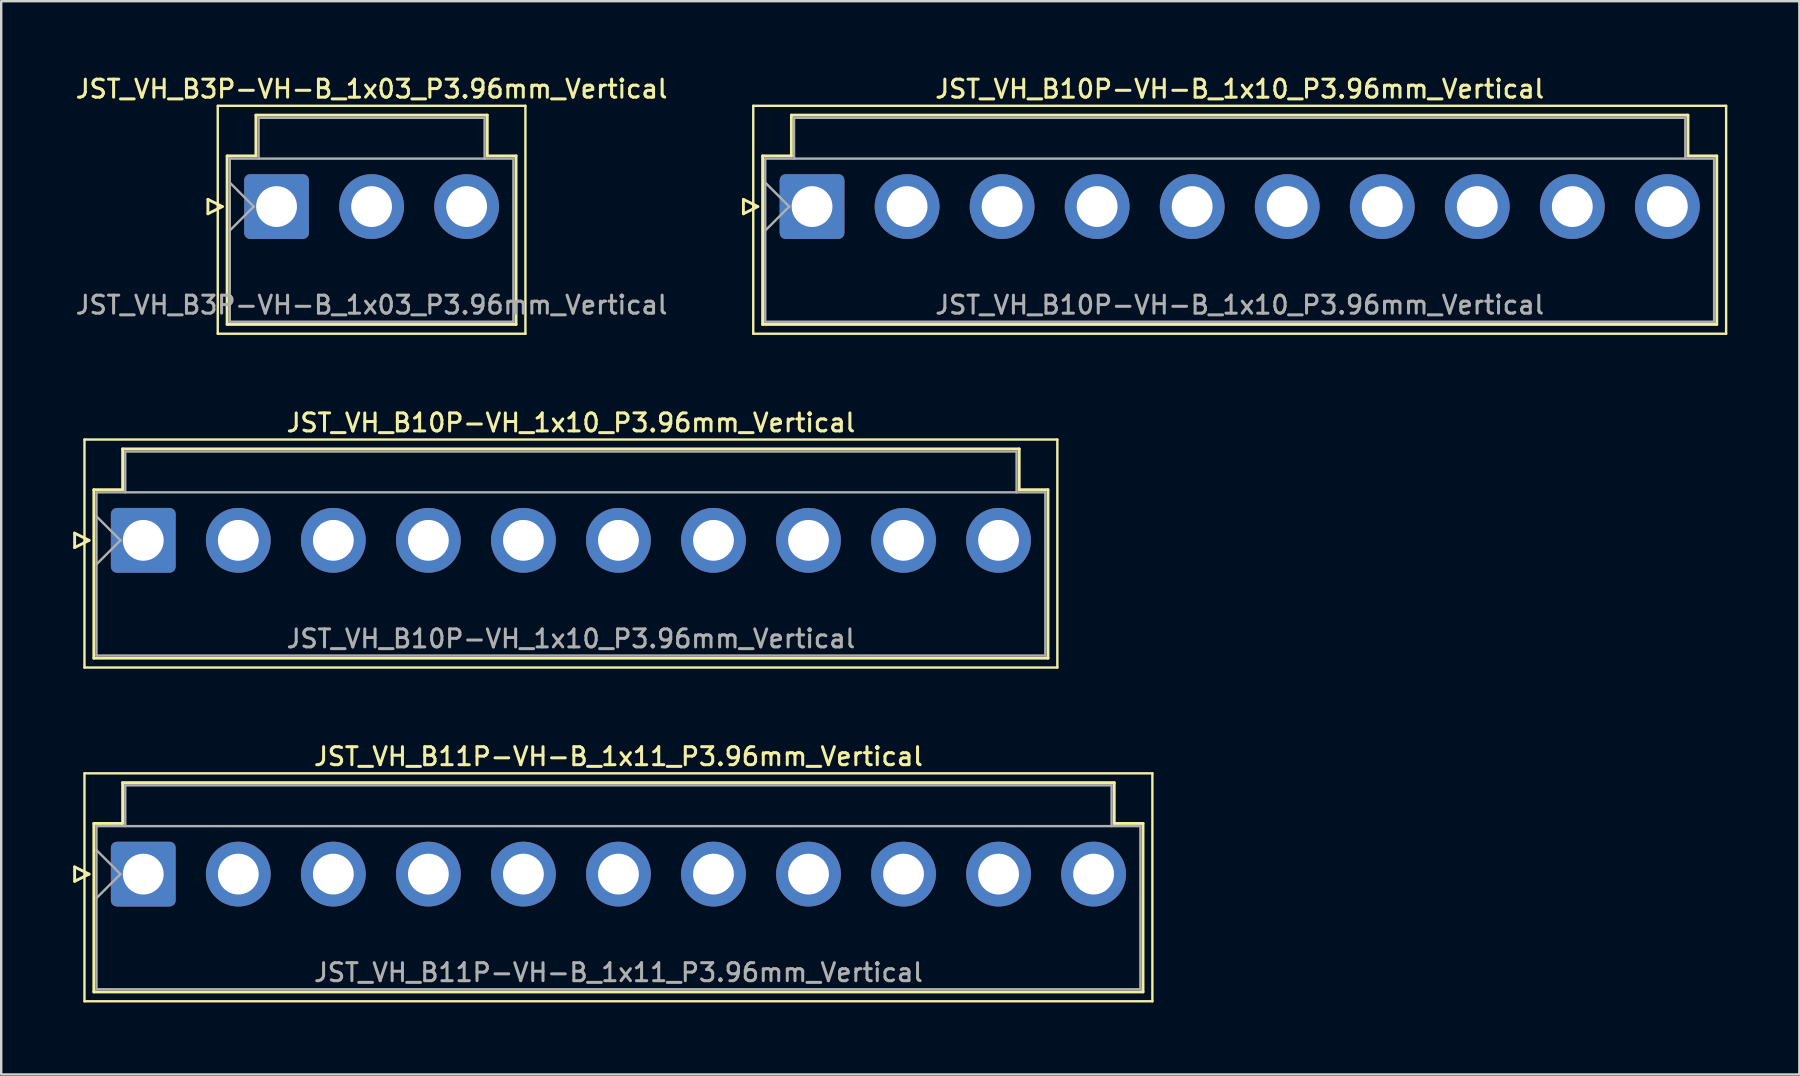
<source format=kicad_pcb>
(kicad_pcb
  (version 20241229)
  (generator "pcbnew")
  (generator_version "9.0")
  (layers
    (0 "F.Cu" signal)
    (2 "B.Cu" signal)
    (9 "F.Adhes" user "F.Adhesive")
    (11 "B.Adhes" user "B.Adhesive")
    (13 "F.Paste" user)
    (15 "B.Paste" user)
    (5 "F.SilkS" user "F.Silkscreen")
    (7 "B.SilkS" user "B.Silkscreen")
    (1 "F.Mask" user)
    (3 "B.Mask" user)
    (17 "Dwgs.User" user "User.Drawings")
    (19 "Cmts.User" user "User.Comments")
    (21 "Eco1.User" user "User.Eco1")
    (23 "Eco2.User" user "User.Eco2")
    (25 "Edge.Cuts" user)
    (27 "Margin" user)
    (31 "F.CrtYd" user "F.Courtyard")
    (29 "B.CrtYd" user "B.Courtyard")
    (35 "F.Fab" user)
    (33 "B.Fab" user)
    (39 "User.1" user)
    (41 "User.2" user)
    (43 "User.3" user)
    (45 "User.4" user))
  (footprint "JST_VH_B11P-VH-B_1x11_P3.96mm_Vertical"
    (layer "F.Cu")
    (at 2.92 33.374)
    (property "Reference" "JST_VH_B11P-VH-B_1x11_P3.96mm_Vertical" (at 19.8 -4.9 0) (layer "F.SilkS") (effects (font (size 0.75 0.75) (thickness 0.125))))
    (attr through_hole)
    (fp_line (start -2.86 -0.3) (end -2.26 0) (stroke (width 0.12) (type solid)) (layer "F.SilkS"))
    (fp_line (start -2.86 0.3) (end -2.86 -0.3) (stroke (width 0.12) (type solid)) (layer "F.SilkS"))
    (fp_line (start -2.45 -4.2) (end -2.45 5.3) (stroke (width 0.1) (type solid)) (layer "F.SilkS"))
    (fp_line (start -2.45 5.3) (end 42.05 5.3) (stroke (width 0.1) (type solid)) (layer "F.SilkS"))
    (fp_line (start -2.26 0) (end -2.86 0.3) (stroke (width 0.12) (type solid)) (layer "F.SilkS"))
    (fp_line (start -2.06 -2.11) (end -0.86 -2.11) (stroke (width 0.12) (type solid)) (layer "F.SilkS"))
    (fp_line (start -2.06 4.91) (end -2.06 -2.11) (stroke (width 0.12) (type solid)) (layer "F.SilkS"))
    (fp_line (start -0.86 -3.81) (end 40.46 -3.81) (stroke (width 0.12) (type solid)) (layer "F.SilkS"))
    (fp_line (start -0.86 -2.11) (end -0.86 -3.81) (stroke (width 0.12) (type solid)) (layer "F.SilkS"))
    (fp_line (start 40.46 -3.81) (end 40.46 -2.11) (stroke (width 0.12) (type solid)) (layer "F.SilkS"))
    (fp_line (start 40.46 -2.11) (end 41.66 -2.11) (stroke (width 0.12) (type solid)) (layer "F.SilkS"))
    (fp_line (start 41.66 -2.11) (end 41.66 4.91) (stroke (width 0.12) (type solid)) (layer "F.SilkS"))
    (fp_line (start 41.66 4.91) (end -2.06 4.91) (stroke (width 0.12) (type solid)) (layer "F.SilkS"))
    (fp_line (start 42.05 -4.2) (end -2.45 -4.2) (stroke (width 0.1) (type solid)) (layer "F.SilkS"))
    (fp_line (start 42.05 5.3) (end 42.05 -4.2) (stroke (width 0.1) (type solid)) (layer "F.SilkS"))
    (fp_line (start -1.95 -2) (end -1.95 4.8) (stroke (width 0.1) (type solid)) (layer "F.Fab"))
    (fp_line (start -1.95 -1) (end -0.95 0) (stroke (width 0.1) (type solid)) (layer "F.Fab"))
    (fp_line (start -1.95 1) (end -0.95 0) (stroke (width 0.1) (type solid)) (layer "F.Fab"))
    (fp_line (start -1.95 4.8) (end 41.55 4.8) (stroke (width 0.1) (type solid)) (layer "F.Fab"))
    (fp_line (start -0.75 -3.7) (end 40.35 -3.7) (stroke (width 0.1) (type solid)) (layer "F.Fab"))
    (fp_line (start -0.75 -2) (end -0.75 -3.7) (stroke (width 0.1) (type solid)) (layer "F.Fab"))
    (fp_line (start 40.35 -3.7) (end 40.35 -2) (stroke (width 0.1) (type solid)) (layer "F.Fab"))
    (fp_line (start 41.55 -2) (end -1.95 -2) (stroke (width 0.1) (type solid)) (layer "F.Fab"))
    (fp_line (start 41.55 4.8) (end 41.55 -2) (stroke (width 0.1) (type solid)) (layer "F.Fab"))
    (fp_text user "${REFERENCE}" (at 19.8 4.1 0) (layer "F.Fab") (effects (font (size 0.75 0.75) (thickness 0.125))))
    (pad "1" thru_hole roundrect (at 0 0) (size 2.7 2.7) (drill 1.7) (layers "*.Cu" "*.Mask") (roundrect_rratio 0.093))
    (pad "2" thru_hole circle (at 3.96 0) (size 2.7 2.7) (drill 1.7) (layers "*.Cu" "*.Mask"))
    (pad "3" thru_hole circle (at 7.92 0) (size 2.7 2.7) (drill 1.7) (layers "*.Cu" "*.Mask"))
    (pad "4" thru_hole circle (at 11.88 0) (size 2.7 2.7) (drill 1.7) (layers "*.Cu" "*.Mask"))
    (pad "5" thru_hole circle (at 15.84 0) (size 2.7 2.7) (drill 1.7) (layers "*.Cu" "*.Mask"))
    (pad "6" thru_hole circle (at 19.8 0) (size 2.7 2.7) (drill 1.7) (layers "*.Cu" "*.Mask"))
    (pad "7" thru_hole circle (at 23.76 0) (size 2.7 2.7) (drill 1.7) (layers "*.Cu" "*.Mask"))
    (pad "8" thru_hole circle (at 27.72 0) (size 2.7 2.7) (drill 1.7) (layers "*.Cu" "*.Mask"))
    (pad "9" thru_hole circle (at 31.68 0) (size 2.7 2.7) (drill 1.7) (layers "*.Cu" "*.Mask"))
    (pad "10" thru_hole circle (at 35.64 0) (size 2.7 2.7) (drill 1.7) (layers "*.Cu" "*.Mask"))
    (pad "11" thru_hole circle (at 39.6 0) (size 2.7 2.7) (drill 1.7) (layers "*.Cu" "*.Mask")))
  (footprint "JST_VH_B10P-VH_1x10_P3.96mm_Vertical"
    (layer "F.Cu")
    (at 2.92 19.466)
    (property "Reference" "JST_VH_B10P-VH_1x10_P3.96mm_Vertical" (at 17.82 -4.9 0) (layer "F.SilkS") (effects (font (size 0.75 0.75) (thickness 0.125))))
    (attr through_hole)
    (fp_line (start -2.86 -0.3) (end -2.26 0) (stroke (width 0.12) (type solid)) (layer "F.SilkS"))
    (fp_line (start -2.86 0.3) (end -2.86 -0.3) (stroke (width 0.12) (type solid)) (layer "F.SilkS"))
    (fp_line (start -2.45 -4.2) (end -2.45 5.3) (stroke (width 0.1) (type solid)) (layer "F.SilkS"))
    (fp_line (start -2.45 5.3) (end 38.09 5.3) (stroke (width 0.1) (type solid)) (layer "F.SilkS"))
    (fp_line (start -2.26 0) (end -2.86 0.3) (stroke (width 0.12) (type solid)) (layer "F.SilkS"))
    (fp_line (start -2.06 -2.11) (end -0.86 -2.11) (stroke (width 0.12) (type solid)) (layer "F.SilkS"))
    (fp_line (start -2.06 4.91) (end -2.06 -2.11) (stroke (width 0.12) (type solid)) (layer "F.SilkS"))
    (fp_line (start -0.86 -3.81) (end 36.5 -3.81) (stroke (width 0.12) (type solid)) (layer "F.SilkS"))
    (fp_line (start -0.86 -2.11) (end -0.86 -3.81) (stroke (width 0.12) (type solid)) (layer "F.SilkS"))
    (fp_line (start 36.5 -3.81) (end 36.5 -2.11) (stroke (width 0.12) (type solid)) (layer "F.SilkS"))
    (fp_line (start 36.5 -2.11) (end 37.7 -2.11) (stroke (width 0.12) (type solid)) (layer "F.SilkS"))
    (fp_line (start 37.7 -2.11) (end 37.7 4.91) (stroke (width 0.12) (type solid)) (layer "F.SilkS"))
    (fp_line (start 37.7 4.91) (end -2.06 4.91) (stroke (width 0.12) (type solid)) (layer "F.SilkS"))
    (fp_line (start 38.09 -4.2) (end -2.45 -4.2) (stroke (width 0.1) (type solid)) (layer "F.SilkS"))
    (fp_line (start 38.09 5.3) (end 38.09 -4.2) (stroke (width 0.1) (type solid)) (layer "F.SilkS"))
    (fp_line (start -1.95 -2) (end -1.95 4.8) (stroke (width 0.1) (type solid)) (layer "F.Fab"))
    (fp_line (start -1.95 -1) (end -0.95 0) (stroke (width 0.1) (type solid)) (layer "F.Fab"))
    (fp_line (start -1.95 1) (end -0.95 0) (stroke (width 0.1) (type solid)) (layer "F.Fab"))
    (fp_line (start -1.95 4.8) (end 37.59 4.8) (stroke (width 0.1) (type solid)) (layer "F.Fab"))
    (fp_line (start -0.75 -3.7) (end 36.39 -3.7) (stroke (width 0.1) (type solid)) (layer "F.Fab"))
    (fp_line (start -0.75 -2) (end -0.75 -3.7) (stroke (width 0.1) (type solid)) (layer "F.Fab"))
    (fp_line (start 36.39 -3.7) (end 36.39 -2) (stroke (width 0.1) (type solid)) (layer "F.Fab"))
    (fp_line (start 37.59 -2) (end -1.95 -2) (stroke (width 0.1) (type solid)) (layer "F.Fab"))
    (fp_line (start 37.59 4.8) (end 37.59 -2) (stroke (width 0.1) (type solid)) (layer "F.Fab"))
    (fp_text user "${REFERENCE}" (at 17.82 4.1 0) (layer "F.Fab") (effects (font (size 0.75 0.75) (thickness 0.125))))
    (pad "1" thru_hole roundrect (at 0 0) (size 2.7 2.7) (drill 1.7) (layers "*.Cu" "*.Mask") (roundrect_rratio 0.093))
    (pad "2" thru_hole circle (at 3.96 0) (size 2.7 2.7) (drill 1.7) (layers "*.Cu" "*.Mask"))
    (pad "3" thru_hole circle (at 7.92 0) (size 2.7 2.7) (drill 1.7) (layers "*.Cu" "*.Mask"))
    (pad "4" thru_hole circle (at 11.88 0) (size 2.7 2.7) (drill 1.7) (layers "*.Cu" "*.Mask"))
    (pad "5" thru_hole circle (at 15.84 0) (size 2.7 2.7) (drill 1.7) (layers "*.Cu" "*.Mask"))
    (pad "6" thru_hole circle (at 19.8 0) (size 2.7 2.7) (drill 1.7) (layers "*.Cu" "*.Mask"))
    (pad "7" thru_hole circle (at 23.76 0) (size 2.7 2.7) (drill 1.7) (layers "*.Cu" "*.Mask"))
    (pad "8" thru_hole circle (at 27.72 0) (size 2.7 2.7) (drill 1.7) (layers "*.Cu" "*.Mask"))
    (pad "9" thru_hole circle (at 31.68 0) (size 2.7 2.7) (drill 1.7) (layers "*.Cu" "*.Mask"))
    (pad "10" thru_hole circle (at 35.64 0) (size 2.7 2.7) (drill 1.7) (layers "*.Cu" "*.Mask")))
  (footprint "JST_VH_B10P-VH-B_1x10_P3.96mm_Vertical"
    (layer "F.Cu")
    (at 30.788 5.558)
    (property "Reference" "JST_VH_B10P-VH-B_1x10_P3.96mm_Vertical" (at 17.82 -4.9 0) (layer "F.SilkS") (effects (font (size 0.75 0.75) (thickness 0.125))))
    (attr through_hole)
    (fp_line (start -2.86 -0.3) (end -2.26 0) (stroke (width 0.12) (type solid)) (layer "F.SilkS"))
    (fp_line (start -2.86 0.3) (end -2.86 -0.3) (stroke (width 0.12) (type solid)) (layer "F.SilkS"))
    (fp_line (start -2.45 -4.2) (end -2.45 5.3) (stroke (width 0.1) (type solid)) (layer "F.SilkS"))
    (fp_line (start -2.45 5.3) (end 38.09 5.3) (stroke (width 0.1) (type solid)) (layer "F.SilkS"))
    (fp_line (start -2.26 0) (end -2.86 0.3) (stroke (width 0.12) (type solid)) (layer "F.SilkS"))
    (fp_line (start -2.06 -2.11) (end -0.86 -2.11) (stroke (width 0.12) (type solid)) (layer "F.SilkS"))
    (fp_line (start -2.06 4.91) (end -2.06 -2.11) (stroke (width 0.12) (type solid)) (layer "F.SilkS"))
    (fp_line (start -0.86 -3.81) (end 36.5 -3.81) (stroke (width 0.12) (type solid)) (layer "F.SilkS"))
    (fp_line (start -0.86 -2.11) (end -0.86 -3.81) (stroke (width 0.12) (type solid)) (layer "F.SilkS"))
    (fp_line (start 36.5 -3.81) (end 36.5 -2.11) (stroke (width 0.12) (type solid)) (layer "F.SilkS"))
    (fp_line (start 36.5 -2.11) (end 37.7 -2.11) (stroke (width 0.12) (type solid)) (layer "F.SilkS"))
    (fp_line (start 37.7 -2.11) (end 37.7 4.91) (stroke (width 0.12) (type solid)) (layer "F.SilkS"))
    (fp_line (start 37.7 4.91) (end -2.06 4.91) (stroke (width 0.12) (type solid)) (layer "F.SilkS"))
    (fp_line (start 38.09 -4.2) (end -2.45 -4.2) (stroke (width 0.1) (type solid)) (layer "F.SilkS"))
    (fp_line (start 38.09 5.3) (end 38.09 -4.2) (stroke (width 0.1) (type solid)) (layer "F.SilkS"))
    (fp_line (start -1.95 -2) (end -1.95 4.8) (stroke (width 0.1) (type solid)) (layer "F.Fab"))
    (fp_line (start -1.95 -1) (end -0.95 0) (stroke (width 0.1) (type solid)) (layer "F.Fab"))
    (fp_line (start -1.95 1) (end -0.95 0) (stroke (width 0.1) (type solid)) (layer "F.Fab"))
    (fp_line (start -1.95 4.8) (end 37.59 4.8) (stroke (width 0.1) (type solid)) (layer "F.Fab"))
    (fp_line (start -0.75 -3.7) (end 36.39 -3.7) (stroke (width 0.1) (type solid)) (layer "F.Fab"))
    (fp_line (start -0.75 -2) (end -0.75 -3.7) (stroke (width 0.1) (type solid)) (layer "F.Fab"))
    (fp_line (start 36.39 -3.7) (end 36.39 -2) (stroke (width 0.1) (type solid)) (layer "F.Fab"))
    (fp_line (start 37.59 -2) (end -1.95 -2) (stroke (width 0.1) (type solid)) (layer "F.Fab"))
    (fp_line (start 37.59 4.8) (end 37.59 -2) (stroke (width 0.1) (type solid)) (layer "F.Fab"))
    (fp_text user "${REFERENCE}" (at 17.82 4.1 0) (layer "F.Fab") (effects (font (size 0.75 0.75) (thickness 0.125))))
    (pad "1" thru_hole roundrect (at 0 0) (size 2.7 2.7) (drill 1.7) (layers "*.Cu" "*.Mask") (roundrect_rratio 0.093))
    (pad "2" thru_hole circle (at 3.96 0) (size 2.7 2.7) (drill 1.7) (layers "*.Cu" "*.Mask"))
    (pad "3" thru_hole circle (at 7.92 0) (size 2.7 2.7) (drill 1.7) (layers "*.Cu" "*.Mask"))
    (pad "4" thru_hole circle (at 11.88 0) (size 2.7 2.7) (drill 1.7) (layers "*.Cu" "*.Mask"))
    (pad "5" thru_hole circle (at 15.84 0) (size 2.7 2.7) (drill 1.7) (layers "*.Cu" "*.Mask"))
    (pad "6" thru_hole circle (at 19.8 0) (size 2.7 2.7) (drill 1.7) (layers "*.Cu" "*.Mask"))
    (pad "7" thru_hole circle (at 23.76 0) (size 2.7 2.7) (drill 1.7) (layers "*.Cu" "*.Mask"))
    (pad "8" thru_hole circle (at 27.72 0) (size 2.7 2.7) (drill 1.7) (layers "*.Cu" "*.Mask"))
    (pad "9" thru_hole circle (at 31.68 0) (size 2.7 2.7) (drill 1.7) (layers "*.Cu" "*.Mask"))
    (pad "10" thru_hole circle (at 35.64 0) (size 2.7 2.7) (drill 1.7) (layers "*.Cu" "*.Mask")))
  (footprint "JST_VH_B3P-VH-B_1x03_P3.96mm_Vertical"
    (layer "F.Cu")
    (at 8.474 5.558)
    (property "Reference" "JST_VH_B3P-VH-B_1x03_P3.96mm_Vertical" (at 3.96 -4.9 0) (layer "F.SilkS") (effects (font (size 0.75 0.75) (thickness 0.125))))
    (attr through_hole)
    (fp_line (start -2.86 -0.3) (end -2.26 0) (stroke (width 0.12) (type solid)) (layer "F.SilkS"))
    (fp_line (start -2.86 0.3) (end -2.86 -0.3) (stroke (width 0.12) (type solid)) (layer "F.SilkS"))
    (fp_line (start -2.45 -4.2) (end -2.45 5.3) (stroke (width 0.1) (type solid)) (layer "F.SilkS"))
    (fp_line (start -2.45 5.3) (end 10.37 5.3) (stroke (width 0.1) (type solid)) (layer "F.SilkS"))
    (fp_line (start -2.26 0) (end -2.86 0.3) (stroke (width 0.12) (type solid)) (layer "F.SilkS"))
    (fp_line (start -2.06 -2.11) (end -0.86 -2.11) (stroke (width 0.12) (type solid)) (layer "F.SilkS"))
    (fp_line (start -2.06 4.91) (end -2.06 -2.11) (stroke (width 0.12) (type solid)) (layer "F.SilkS"))
    (fp_line (start -0.86 -3.81) (end 8.78 -3.81) (stroke (width 0.12) (type solid)) (layer "F.SilkS"))
    (fp_line (start -0.86 -2.11) (end -0.86 -3.81) (stroke (width 0.12) (type solid)) (layer "F.SilkS"))
    (fp_line (start 8.78 -3.81) (end 8.78 -2.11) (stroke (width 0.12) (type solid)) (layer "F.SilkS"))
    (fp_line (start 8.78 -2.11) (end 9.98 -2.11) (stroke (width 0.12) (type solid)) (layer "F.SilkS"))
    (fp_line (start 9.98 -2.11) (end 9.98 4.91) (stroke (width 0.12) (type solid)) (layer "F.SilkS"))
    (fp_line (start 9.98 4.91) (end -2.06 4.91) (stroke (width 0.12) (type solid)) (layer "F.SilkS"))
    (fp_line (start 10.37 -4.2) (end -2.45 -4.2) (stroke (width 0.1) (type solid)) (layer "F.SilkS"))
    (fp_line (start 10.37 5.3) (end 10.37 -4.2) (stroke (width 0.1) (type solid)) (layer "F.SilkS"))
    (fp_line (start -1.95 -2) (end -1.95 4.8) (stroke (width 0.1) (type solid)) (layer "F.Fab"))
    (fp_line (start -1.95 -1) (end -0.95 0) (stroke (width 0.1) (type solid)) (layer "F.Fab"))
    (fp_line (start -1.95 1) (end -0.95 0) (stroke (width 0.1) (type solid)) (layer "F.Fab"))
    (fp_line (start -1.95 4.8) (end 9.87 4.8) (stroke (width 0.1) (type solid)) (layer "F.Fab"))
    (fp_line (start -0.75 -3.7) (end 8.67 -3.7) (stroke (width 0.1) (type solid)) (layer "F.Fab"))
    (fp_line (start -0.75 -2) (end -0.75 -3.7) (stroke (width 0.1) (type solid)) (layer "F.Fab"))
    (fp_line (start 8.67 -3.7) (end 8.67 -2) (stroke (width 0.1) (type solid)) (layer "F.Fab"))
    (fp_line (start 9.87 -2) (end -1.95 -2) (stroke (width 0.1) (type solid)) (layer "F.Fab"))
    (fp_line (start 9.87 4.8) (end 9.87 -2) (stroke (width 0.1) (type solid)) (layer "F.Fab"))
    (fp_text user "${REFERENCE}" (at 3.96 4.1 0) (layer "F.Fab") (effects (font (size 0.75 0.75) (thickness 0.125))))
    (pad "1" thru_hole roundrect (at 0 0) (size 2.7 2.7) (drill 1.7) (layers "*.Cu" "*.Mask") (roundrect_rratio 0.093))
    (pad "2" thru_hole circle (at 3.96 0) (size 2.7 2.7) (drill 1.7) (layers "*.Cu" "*.Mask"))
    (pad "3" thru_hole circle (at 7.92 0) (size 2.7 2.7) (drill 1.7) (layers "*.Cu" "*.Mask")))
  (gr_rect
    (start -3 -3)
    (end 71.928 41.724)
    (stroke (width 0.1) (type default))
    (fill no)
    (layer "Edge.Cuts")))
</source>
